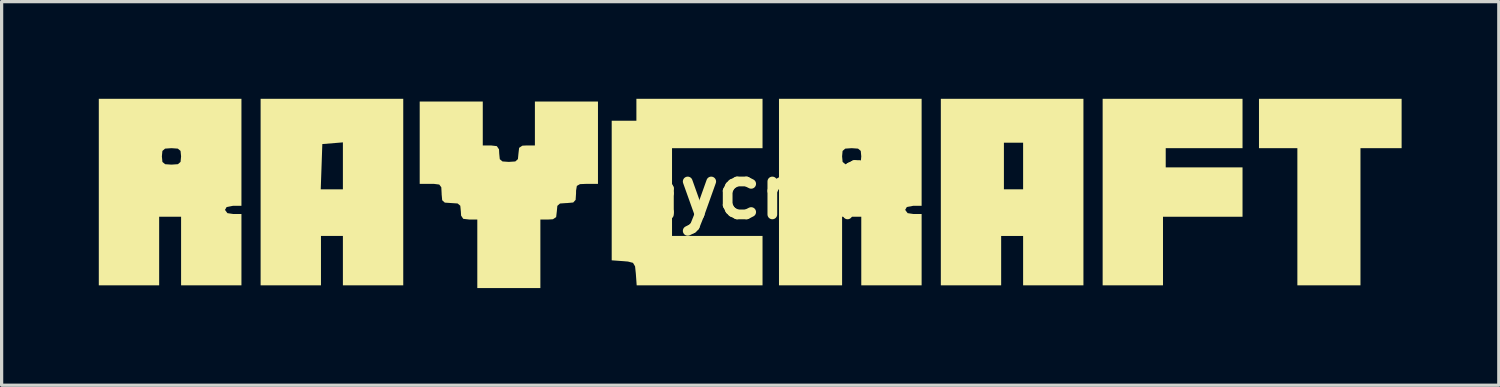
<source format=kicad_pcb>
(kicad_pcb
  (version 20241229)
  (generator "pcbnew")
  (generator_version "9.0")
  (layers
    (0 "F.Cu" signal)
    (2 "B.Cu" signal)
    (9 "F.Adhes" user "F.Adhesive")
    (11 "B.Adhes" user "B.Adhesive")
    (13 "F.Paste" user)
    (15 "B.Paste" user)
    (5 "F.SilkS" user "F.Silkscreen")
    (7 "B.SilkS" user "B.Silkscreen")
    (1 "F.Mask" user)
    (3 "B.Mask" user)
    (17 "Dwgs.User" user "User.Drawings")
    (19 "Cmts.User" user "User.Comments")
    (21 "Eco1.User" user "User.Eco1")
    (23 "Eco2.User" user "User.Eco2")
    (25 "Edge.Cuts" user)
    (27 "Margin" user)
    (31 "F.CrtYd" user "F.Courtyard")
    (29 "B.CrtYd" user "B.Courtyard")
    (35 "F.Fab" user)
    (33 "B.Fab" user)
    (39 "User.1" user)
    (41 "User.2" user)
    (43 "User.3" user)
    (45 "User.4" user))
  (footprint "raycraft"
    (layer "F.Cu")
    (at 20.066 2.879)
    (property "Reference" "raycraft" (at 0 0 0) (layer "F.SilkS") (effects (font (size 1.524 1.524) (thickness 0.3))))
    (attr board_only exclude_from_pos_files exclude_from_bom)
    (fp_poly (pts (xy 20.151 -1.355) (xy 18.881 -1.355) (xy 18.881 2.879) (xy 16.933 2.879) (xy 16.933 -1.355) (xy 15.748 -1.355) (xy 15.748 -2.879) (xy 20.151 -2.879)) (stroke (width 0) (type solid)) (fill yes) (layer "F.SilkS"))
    (fp_poly (pts (xy 15.24 -1.355) (xy 12.869 -1.355) (xy 12.869 -0.762) (xy 15.24 -0.762) (xy 15.24 0.762) (xy 12.785 0.762) (xy 12.785 2.879) (xy 10.922 2.879) (xy 10.922 -2.879) (xy 15.24 -2.879)) (stroke (width 0) (type solid)) (fill yes) (layer "F.SilkS"))
    (fp_poly (pts (xy -10.668 2.879) (xy -12.531 2.879) (xy -12.531 1.355) (xy -13.208 1.355) (xy -13.208 2.879) (xy -15.071 2.879) (xy -15.071 -0.085) (xy -13.215 -0.085) (xy -12.531 -0.085) (xy -12.531 -1.534) (xy -13.166 -1.482) (xy -13.215 -0.085) (xy -15.071 -0.085) (xy -15.071 -2.879) (xy -10.668 -2.879)) (stroke (width 0) (type solid)) (fill yes) (layer "F.SilkS"))
    (fp_poly (pts (xy 10.329 2.879) (xy 8.467 2.879) (xy 8.467 1.355) (xy 7.789 1.355) (xy 7.789 2.879) (xy 5.927 2.879) (xy 5.927 -0.085) (xy 7.874 -0.085) (xy 8.467 -0.085) (xy 8.467 -1.524) (xy 7.874 -1.524) (xy 7.874 -0.085) (xy 5.927 -0.085) (xy 5.927 -2.879) (xy 10.329 -2.879)) (stroke (width 0) (type solid)) (fill yes) (layer "F.SilkS"))
    (fp_poly (pts (xy 0.423 -1.355) (xy -2.371 -1.355) (xy -2.371 1.355) (xy 0.423 1.355) (xy 0.423 2.879) (xy -3.462 2.879) (xy -3.488 2.519) (xy -3.512 2.293) (xy -3.576 2.185) (xy -3.73 2.145) (xy -3.873 2.133) (xy -4.233 2.107) (xy -4.233 -2.201) (xy -3.471 -2.201) (xy -3.471 -2.879) (xy 0.423 -2.879)) (stroke (width 0) (type solid)) (fill yes) (layer "F.SilkS"))
    (fp_poly (pts (xy -15.663 0.423) (xy -15.917 0.423) (xy -16.119 0.461) (xy -16.171 0.55) (xy -16.096 0.651) (xy -15.917 0.677) (xy -15.663 0.677) (xy -15.663 2.879) (xy -17.526 2.879) (xy -17.526 0.762) (xy -18.203 0.762) (xy -18.203 2.879) (xy -20.066 2.879) (xy -20.066 -1.101) (xy -18.119 -1.101) (xy -18.102 -0.93) (xy -18.018 -0.86) (xy -17.822 -0.847) (xy -17.623 -0.861) (xy -17.542 -0.933) (xy -17.526 -1.101) (xy -17.543 -1.271) (xy -17.626 -1.341) (xy -17.822 -1.355) (xy -18.021 -1.341) (xy -18.103 -1.269) (xy -18.119 -1.101) (xy -20.066 -1.101) (xy -20.066 -2.879) (xy -15.663 -2.879)) (stroke (width 0) (type solid)) (fill yes) (layer "F.SilkS"))
    (fp_poly (pts (xy 5.334 0.423) (xy 5.08 0.423) (xy 4.878 0.461) (xy 4.826 0.55) (xy 4.902 0.651) (xy 5.08 0.677) (xy 5.334 0.677) (xy 5.334 2.879) (xy 3.471 2.879) (xy 3.471 0.762) (xy 2.879 0.762) (xy 2.879 2.879) (xy 0.931 2.879) (xy 0.931 -1.101) (xy 2.879 -1.101) (xy 2.895 -0.93) (xy 2.979 -0.86) (xy 3.175 -0.847) (xy 3.374 -0.861) (xy 3.456 -0.933) (xy 3.471 -1.101) (xy 3.455 -1.271) (xy 3.371 -1.341) (xy 3.175 -1.355) (xy 2.976 -1.341) (xy 2.894 -1.269) (xy 2.879 -1.101) (xy 0.931 -1.101) (xy 0.931 -2.879) (xy 5.334 -2.879)) (stroke (width 0) (type solid)) (fill yes) (layer "F.SilkS"))
    (fp_poly (pts (xy -8.213 -1.439) (xy -7.959 -1.439) (xy -7.779 -1.418) (xy -7.712 -1.319) (xy -7.705 -1.185) (xy -7.688 -1.015) (xy -7.604 -0.945) (xy -7.408 -0.931) (xy -7.209 -0.945) (xy -7.128 -1.017) (xy -7.112 -1.185) (xy -7.091 -1.365) (xy -6.992 -1.432) (xy -6.858 -1.439) (xy -6.604 -1.439) (xy -6.604 -2.794) (xy -4.657 -2.794) (xy -4.657 -0.254) (xy -4.995 -0.254) (xy -5.212 -0.245) (xy -5.309 -0.19) (xy -5.333 -0.045) (xy -5.334 0.042) (xy -5.347 0.241) (xy -5.421 0.322) (xy -5.608 0.339) (xy -5.63 0.339) (xy -5.829 0.353) (xy -5.911 0.425) (xy -5.927 0.593) (xy -5.948 0.773) (xy -6.047 0.839) (xy -6.181 0.847) (xy -6.435 0.847) (xy -6.435 2.963) (xy -8.382 2.963) (xy -8.382 0.847) (xy -8.636 0.847) (xy -8.816 0.826) (xy -8.882 0.727) (xy -8.89 0.593) (xy -8.907 0.422) (xy -8.99 0.352) (xy -9.186 0.339) (xy -9.385 0.326) (xy -9.466 0.252) (xy -9.483 0.065) (xy -9.483 0.042) (xy -9.493 -0.147) (xy -9.556 -0.232) (xy -9.721 -0.253) (xy -9.821 -0.254) (xy -10.16 -0.254) (xy -10.16 -2.794) (xy -8.213 -2.794)) (stroke (width 0) (type solid)) (fill yes) (layer "F.SilkS")))
  (gr_rect
    (start -3 -3)
    (end 43.217 8.842)
    (stroke (width 0.1) (type default))
    (fill no)
    (layer "Edge.Cuts")))
</source>
